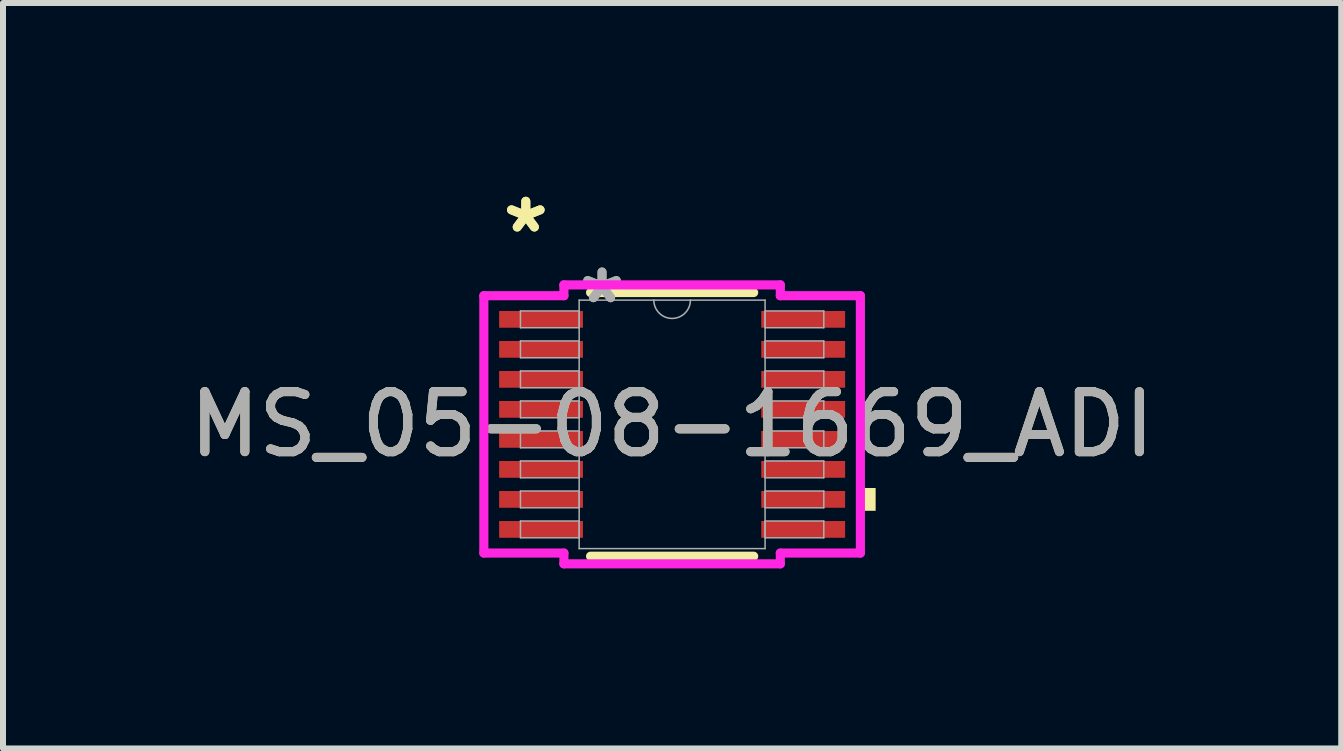
<source format=kicad_pcb>
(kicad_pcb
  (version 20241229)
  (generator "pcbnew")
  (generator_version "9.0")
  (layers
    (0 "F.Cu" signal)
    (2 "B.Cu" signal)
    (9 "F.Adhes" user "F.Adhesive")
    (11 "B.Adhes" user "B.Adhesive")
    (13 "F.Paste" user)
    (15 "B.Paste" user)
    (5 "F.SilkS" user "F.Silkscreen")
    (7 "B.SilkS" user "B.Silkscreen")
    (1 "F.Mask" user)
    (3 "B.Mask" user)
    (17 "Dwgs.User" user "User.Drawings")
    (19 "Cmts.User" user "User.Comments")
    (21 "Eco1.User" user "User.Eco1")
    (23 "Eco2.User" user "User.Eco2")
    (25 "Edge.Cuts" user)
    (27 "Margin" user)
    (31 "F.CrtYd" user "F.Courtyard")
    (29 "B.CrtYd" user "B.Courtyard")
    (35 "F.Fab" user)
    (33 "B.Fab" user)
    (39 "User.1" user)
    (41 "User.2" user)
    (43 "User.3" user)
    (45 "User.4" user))
  (footprint "MS_05-08-1669_ADI"
    (layer "F.Cu")
    (at 8.149 4.021)
    (property "Reference" "MS_05-08-1669_ADI" (at 0 0 0) (unlocked yes) (layer "F.SilkS") (effects (font (size 1 1) (thickness 0.15))))
    (attr smd)
    (fp_line (start -1.359 2.197) (end 1.359 2.197) (stroke (width 0.152) (type solid)) (layer "F.SilkS"))
    (fp_line (start 1.359 -2.197) (end -1.359 -2.197) (stroke (width 0.152) (type solid)) (layer "F.SilkS"))
    (fp_poly (pts (xy 3.391 1.06) (xy 3.391 1.44) (xy 3.137 1.44) (xy 3.137 1.06)) (stroke (width 0) (type solid)) (fill yes) (layer "F.SilkS"))
    (fp_line (start -3.137 -2.144) (end -1.803 -2.144) (stroke (width 0.152) (type solid)) (layer "F.CrtYd"))
    (fp_line (start -3.137 2.144) (end -3.137 -2.144) (stroke (width 0.152) (type solid)) (layer "F.CrtYd"))
    (fp_line (start -3.137 2.144) (end -1.803 2.144) (stroke (width 0.152) (type solid)) (layer "F.CrtYd"))
    (fp_line (start -1.803 -2.324) (end 1.803 -2.324) (stroke (width 0.152) (type solid)) (layer "F.CrtYd"))
    (fp_line (start -1.803 -2.144) (end -1.803 -2.324) (stroke (width 0.152) (type solid)) (layer "F.CrtYd"))
    (fp_line (start -1.803 2.324) (end -1.803 2.144) (stroke (width 0.152) (type solid)) (layer "F.CrtYd"))
    (fp_line (start 1.803 -2.324) (end 1.803 -2.144) (stroke (width 0.152) (type solid)) (layer "F.CrtYd"))
    (fp_line (start 1.803 2.144) (end 1.803 2.324) (stroke (width 0.152) (type solid)) (layer "F.CrtYd"))
    (fp_line (start 1.803 2.324) (end -1.803 2.324) (stroke (width 0.152) (type solid)) (layer "F.CrtYd"))
    (fp_line (start 3.137 -2.144) (end 1.803 -2.144) (stroke (width 0.152) (type solid)) (layer "F.CrtYd"))
    (fp_line (start 3.137 -2.144) (end 3.137 2.144) (stroke (width 0.152) (type solid)) (layer "F.CrtYd"))
    (fp_line (start 3.137 2.144) (end 1.803 2.144) (stroke (width 0.152) (type solid)) (layer "F.CrtYd"))
    (fp_line (start -2.527 -1.89) (end -2.527 -1.61) (stroke (width 0.025) (type solid)) (layer "F.Fab"))
    (fp_line (start -2.527 -1.61) (end -1.549 -1.61) (stroke (width 0.025) (type solid)) (layer "F.Fab"))
    (fp_line (start -2.527 -1.39) (end -2.527 -1.11) (stroke (width 0.025) (type solid)) (layer "F.Fab"))
    (fp_line (start -2.527 -1.11) (end -1.549 -1.11) (stroke (width 0.025) (type solid)) (layer "F.Fab"))
    (fp_line (start -2.527 -0.89) (end -2.527 -0.61) (stroke (width 0.025) (type solid)) (layer "F.Fab"))
    (fp_line (start -2.527 -0.61) (end -1.549 -0.61) (stroke (width 0.025) (type solid)) (layer "F.Fab"))
    (fp_line (start -2.527 -0.39) (end -2.527 -0.11) (stroke (width 0.025) (type solid)) (layer "F.Fab"))
    (fp_line (start -2.527 -0.11) (end -1.549 -0.11) (stroke (width 0.025) (type solid)) (layer "F.Fab"))
    (fp_line (start -2.527 0.11) (end -2.527 0.39) (stroke (width 0.025) (type solid)) (layer "F.Fab"))
    (fp_line (start -2.527 0.39) (end -1.549 0.39) (stroke (width 0.025) (type solid)) (layer "F.Fab"))
    (fp_line (start -2.527 0.61) (end -2.527 0.89) (stroke (width 0.025) (type solid)) (layer "F.Fab"))
    (fp_line (start -2.527 0.89) (end -1.549 0.89) (stroke (width 0.025) (type solid)) (layer "F.Fab"))
    (fp_line (start -2.527 1.11) (end -2.527 1.39) (stroke (width 0.025) (type solid)) (layer "F.Fab"))
    (fp_line (start -2.527 1.39) (end -1.549 1.39) (stroke (width 0.025) (type solid)) (layer "F.Fab"))
    (fp_line (start -2.527 1.61) (end -2.527 1.89) (stroke (width 0.025) (type solid)) (layer "F.Fab"))
    (fp_line (start -2.527 1.89) (end -1.549 1.89) (stroke (width 0.025) (type solid)) (layer "F.Fab"))
    (fp_line (start -1.549 -2.07) (end -1.549 2.07) (stroke (width 0.025) (type solid)) (layer "F.Fab"))
    (fp_line (start -1.549 -1.89) (end -2.527 -1.89) (stroke (width 0.025) (type solid)) (layer "F.Fab"))
    (fp_line (start -1.549 -1.61) (end -1.549 -1.89) (stroke (width 0.025) (type solid)) (layer "F.Fab"))
    (fp_line (start -1.549 -1.39) (end -2.527 -1.39) (stroke (width 0.025) (type solid)) (layer "F.Fab"))
    (fp_line (start -1.549 -1.11) (end -1.549 -1.39) (stroke (width 0.025) (type solid)) (layer "F.Fab"))
    (fp_line (start -1.549 -0.89) (end -2.527 -0.89) (stroke (width 0.025) (type solid)) (layer "F.Fab"))
    (fp_line (start -1.549 -0.61) (end -1.549 -0.89) (stroke (width 0.025) (type solid)) (layer "F.Fab"))
    (fp_line (start -1.549 -0.39) (end -2.527 -0.39) (stroke (width 0.025) (type solid)) (layer "F.Fab"))
    (fp_line (start -1.549 -0.11) (end -1.549 -0.39) (stroke (width 0.025) (type solid)) (layer "F.Fab"))
    (fp_line (start -1.549 0.11) (end -2.527 0.11) (stroke (width 0.025) (type solid)) (layer "F.Fab"))
    (fp_line (start -1.549 0.39) (end -1.549 0.11) (stroke (width 0.025) (type solid)) (layer "F.Fab"))
    (fp_line (start -1.549 0.61) (end -2.527 0.61) (stroke (width 0.025) (type solid)) (layer "F.Fab"))
    (fp_line (start -1.549 0.89) (end -1.549 0.61) (stroke (width 0.025) (type solid)) (layer "F.Fab"))
    (fp_line (start -1.549 1.11) (end -2.527 1.11) (stroke (width 0.025) (type solid)) (layer "F.Fab"))
    (fp_line (start -1.549 1.39) (end -1.549 1.11) (stroke (width 0.025) (type solid)) (layer "F.Fab"))
    (fp_line (start -1.549 1.61) (end -2.527 1.61) (stroke (width 0.025) (type solid)) (layer "F.Fab"))
    (fp_line (start -1.549 1.89) (end -1.549 1.61) (stroke (width 0.025) (type solid)) (layer "F.Fab"))
    (fp_line (start -1.549 2.07) (end 1.549 2.07) (stroke (width 0.025) (type solid)) (layer "F.Fab"))
    (fp_line (start 1.549 -2.07) (end -1.549 -2.07) (stroke (width 0.025) (type solid)) (layer "F.Fab"))
    (fp_line (start 1.549 -1.89) (end 1.549 -1.61) (stroke (width 0.025) (type solid)) (layer "F.Fab"))
    (fp_line (start 1.549 -1.61) (end 2.527 -1.61) (stroke (width 0.025) (type solid)) (layer "F.Fab"))
    (fp_line (start 1.549 -1.39) (end 1.549 -1.11) (stroke (width 0.025) (type solid)) (layer "F.Fab"))
    (fp_line (start 1.549 -1.11) (end 2.527 -1.11) (stroke (width 0.025) (type solid)) (layer "F.Fab"))
    (fp_line (start 1.549 -0.89) (end 1.549 -0.61) (stroke (width 0.025) (type solid)) (layer "F.Fab"))
    (fp_line (start 1.549 -0.61) (end 2.527 -0.61) (stroke (width 0.025) (type solid)) (layer "F.Fab"))
    (fp_line (start 1.549 -0.39) (end 1.549 -0.11) (stroke (width 0.025) (type solid)) (layer "F.Fab"))
    (fp_line (start 1.549 -0.11) (end 2.527 -0.11) (stroke (width 0.025) (type solid)) (layer "F.Fab"))
    (fp_line (start 1.549 0.11) (end 1.549 0.39) (stroke (width 0.025) (type solid)) (layer "F.Fab"))
    (fp_line (start 1.549 0.39) (end 2.527 0.39) (stroke (width 0.025) (type solid)) (layer "F.Fab"))
    (fp_line (start 1.549 0.61) (end 1.549 0.89) (stroke (width 0.025) (type solid)) (layer "F.Fab"))
    (fp_line (start 1.549 0.89) (end 2.527 0.89) (stroke (width 0.025) (type solid)) (layer "F.Fab"))
    (fp_line (start 1.549 1.11) (end 1.549 1.39) (stroke (width 0.025) (type solid)) (layer "F.Fab"))
    (fp_line (start 1.549 1.39) (end 2.527 1.39) (stroke (width 0.025) (type solid)) (layer "F.Fab"))
    (fp_line (start 1.549 1.61) (end 1.549 1.89) (stroke (width 0.025) (type solid)) (layer "F.Fab"))
    (fp_line (start 1.549 1.89) (end 2.527 1.89) (stroke (width 0.025) (type solid)) (layer "F.Fab"))
    (fp_line (start 1.549 2.07) (end 1.549 -2.07) (stroke (width 0.025) (type solid)) (layer "F.Fab"))
    (fp_line (start 2.527 -1.89) (end 1.549 -1.89) (stroke (width 0.025) (type solid)) (layer "F.Fab"))
    (fp_line (start 2.527 -1.61) (end 2.527 -1.89) (stroke (width 0.025) (type solid)) (layer "F.Fab"))
    (fp_line (start 2.527 -1.39) (end 1.549 -1.39) (stroke (width 0.025) (type solid)) (layer "F.Fab"))
    (fp_line (start 2.527 -1.11) (end 2.527 -1.39) (stroke (width 0.025) (type solid)) (layer "F.Fab"))
    (fp_line (start 2.527 -0.89) (end 1.549 -0.89) (stroke (width 0.025) (type solid)) (layer "F.Fab"))
    (fp_line (start 2.527 -0.61) (end 2.527 -0.89) (stroke (width 0.025) (type solid)) (layer "F.Fab"))
    (fp_line (start 2.527 -0.39) (end 1.549 -0.39) (stroke (width 0.025) (type solid)) (layer "F.Fab"))
    (fp_line (start 2.527 -0.11) (end 2.527 -0.39) (stroke (width 0.025) (type solid)) (layer "F.Fab"))
    (fp_line (start 2.527 0.11) (end 1.549 0.11) (stroke (width 0.025) (type solid)) (layer "F.Fab"))
    (fp_line (start 2.527 0.39) (end 2.527 0.11) (stroke (width 0.025) (type solid)) (layer "F.Fab"))
    (fp_line (start 2.527 0.61) (end 1.549 0.61) (stroke (width 0.025) (type solid)) (layer "F.Fab"))
    (fp_line (start 2.527 0.89) (end 2.527 0.61) (stroke (width 0.025) (type solid)) (layer "F.Fab"))
    (fp_line (start 2.527 1.11) (end 1.549 1.11) (stroke (width 0.025) (type solid)) (layer "F.Fab"))
    (fp_line (start 2.527 1.39) (end 2.527 1.11) (stroke (width 0.025) (type solid)) (layer "F.Fab"))
    (fp_line (start 2.527 1.61) (end 1.549 1.61) (stroke (width 0.025) (type solid)) (layer "F.Fab"))
    (fp_line (start 2.527 1.89) (end 2.527 1.61) (stroke (width 0.025) (type solid)) (layer "F.Fab"))
    (fp_arc (start 0.3048 -2.0701) (mid 0 -1.7653) (end -0.3048 -2.0701) (stroke (width 0.0254) (type solid)) (layer "F.Fab"))
    (fp_text user "*" (at -2.438 -3.172 0) (layer "F.SilkS") (effects (font (size 1 1) (thickness 0.15))))
    (fp_text user "*" (at -2.438 -3.172 0) (unlocked yes) (layer "F.SilkS") (effects (font (size 1 1) (thickness 0.15))))
    (fp_text user "*" (at -1.168 -1.994 0) (layer "F.Fab") (effects (font (size 1 1) (thickness 0.15))))
    (fp_text user "*" (at -1.168 -1.994 0) (unlocked yes) (layer "F.Fab") (effects (font (size 1 1) (thickness 0.15))))
    (fp_text user "${REFERENCE}" (at 0 0 0) (unlocked yes) (layer "F.Fab") (effects (font (size 1 1) (thickness 0.15))))
    (pad "1" smd rect (at -2.184 -1.75) (size 1.397 0.279) (layers "F.Cu" "F.Mask" "F.Paste"))
    (pad "2" smd rect (at -2.184 -1.25) (size 1.397 0.279) (layers "F.Cu" "F.Mask" "F.Paste"))
    (pad "3" smd rect (at -2.184 -0.75) (size 1.397 0.279) (layers "F.Cu" "F.Mask" "F.Paste"))
    (pad "4" smd rect (at -2.184 -0.25) (size 1.397 0.279) (layers "F.Cu" "F.Mask" "F.Paste"))
    (pad "5" smd rect (at -2.184 0.25) (size 1.397 0.279) (layers "F.Cu" "F.Mask" "F.Paste"))
    (pad "6" smd rect (at -2.184 0.75) (size 1.397 0.279) (layers "F.Cu" "F.Mask" "F.Paste"))
    (pad "7" smd rect (at -2.184 1.25) (size 1.397 0.279) (layers "F.Cu" "F.Mask" "F.Paste"))
    (pad "8" smd rect (at -2.184 1.75) (size 1.397 0.279) (layers "F.Cu" "F.Mask" "F.Paste"))
    (pad "9" smd rect (at 2.184 1.75) (size 1.397 0.279) (layers "F.Cu" "F.Mask" "F.Paste"))
    (pad "10" smd rect (at 2.184 1.25) (size 1.397 0.279) (layers "F.Cu" "F.Mask" "F.Paste"))
    (pad "11" smd rect (at 2.184 0.75) (size 1.397 0.279) (layers "F.Cu" "F.Mask" "F.Paste"))
    (pad "12" smd rect (at 2.184 0.25) (size 1.397 0.279) (layers "F.Cu" "F.Mask" "F.Paste"))
    (pad "13" smd rect (at 2.184 -0.25) (size 1.397 0.279) (layers "F.Cu" "F.Mask" "F.Paste"))
    (pad "14" smd rect (at 2.184 -0.75) (size 1.397 0.279) (layers "F.Cu" "F.Mask" "F.Paste"))
    (pad "15" smd rect (at 2.184 -1.25) (size 1.397 0.279) (layers "F.Cu" "F.Mask" "F.Paste"))
    (pad "16" smd rect (at 2.184 -1.75) (size 1.397 0.279) (layers "F.Cu" "F.Mask" "F.Paste")))
  (gr_rect
    (start -3 -3)
    (end 19.298 9.421)
    (stroke (width 0.1) (type default))
    (fill no)
    (layer "Edge.Cuts")))
</source>
